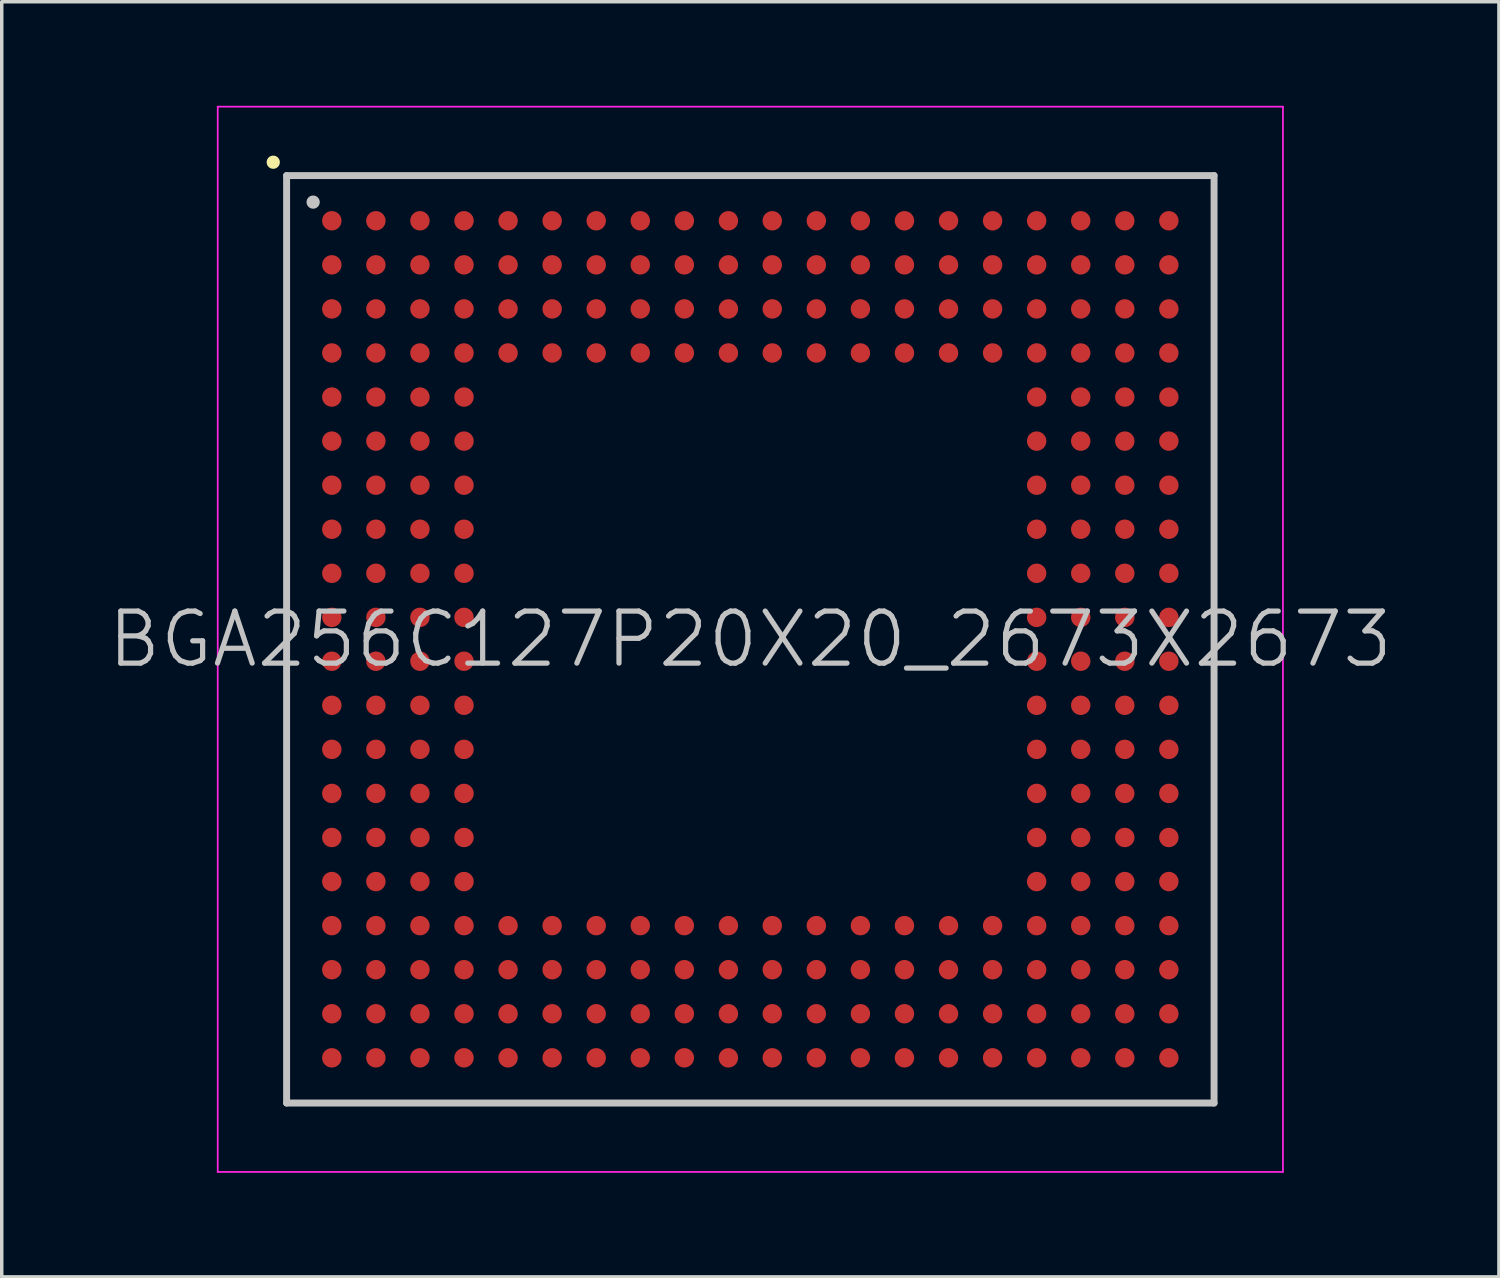
<source format=kicad_pcb>
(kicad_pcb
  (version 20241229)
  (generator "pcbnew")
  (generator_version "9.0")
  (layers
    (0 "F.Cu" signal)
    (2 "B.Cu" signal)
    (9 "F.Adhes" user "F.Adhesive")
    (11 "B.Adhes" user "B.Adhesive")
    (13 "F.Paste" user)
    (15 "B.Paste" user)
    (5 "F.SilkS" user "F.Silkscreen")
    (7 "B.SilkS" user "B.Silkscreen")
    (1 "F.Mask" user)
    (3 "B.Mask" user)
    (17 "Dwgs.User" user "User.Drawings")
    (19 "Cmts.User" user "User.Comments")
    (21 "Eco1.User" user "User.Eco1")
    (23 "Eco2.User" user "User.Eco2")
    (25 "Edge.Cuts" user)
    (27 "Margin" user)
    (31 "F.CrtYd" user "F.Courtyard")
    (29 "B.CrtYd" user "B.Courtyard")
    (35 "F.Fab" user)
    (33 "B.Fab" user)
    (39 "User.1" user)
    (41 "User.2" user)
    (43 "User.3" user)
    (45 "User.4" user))
  (footprint "BGA256C127P20X20_2673X2673"
    (layer "F.Cu")
    (at 18.575 15.375)
    (property "Reference" "BGA256C127P20X20_2673X2673" (at 0 0 0) (layer "Dwgs.User") (effects (font (size 1.5 1.5) (thickness 0.15))))
    (attr smd)
    (fp_line (start -13.75 -13.75) (end -13.75 -13.75) (stroke (width 0.381) (type solid)) (layer "F.SilkS"))
    (fp_line (start -13.365 -13.365) (end -13.365 13.365) (stroke (width 0.2) (type solid)) (layer "Dwgs.User"))
    (fp_line (start -13.365 -13.365) (end 13.365 -13.365) (stroke (width 0.2) (type solid)) (layer "Dwgs.User"))
    (fp_line (start -13.365 13.365) (end 13.365 13.365) (stroke (width 0.2) (type solid)) (layer "Dwgs.User"))
    (fp_line (start -12.6 -12.6) (end -12.6 -12.6) (stroke (width 0.381) (type solid)) (layer "Dwgs.User"))
    (fp_line (start 13.365 -13.365) (end 13.365 13.365) (stroke (width 0.2) (type solid)) (layer "Dwgs.User"))
    (fp_line (start -15.35 -15.35) (end -15.35 15.35) (stroke (width 0.05) (type solid)) (layer "F.CrtYd"))
    (fp_line (start -15.35 -15.35) (end 15.35 -15.35) (stroke (width 0.05) (type solid)) (layer "F.CrtYd"))
    (fp_line (start -15.35 15.35) (end 15.35 15.35) (stroke (width 0.05) (type solid)) (layer "F.CrtYd"))
    (fp_line (start 15.35 -15.35) (end 15.35 15.35) (stroke (width 0.05) (type solid)) (layer "F.CrtYd"))
    (pad "A1" smd circle (at -12.062 -12.062 270) (size 0.56 0.56) (layers "F.Cu" "F.Mask" "F.Paste"))
    (pad "A2" smd circle (at -10.792 -12.062 270) (size 0.56 0.56) (layers "F.Cu" "F.Mask" "F.Paste"))
    (pad "A3" smd circle (at -9.522 -12.062 270) (size 0.56 0.56) (layers "F.Cu" "F.Mask" "F.Paste"))
    (pad "A4" smd circle (at -8.252 -12.062 270) (size 0.56 0.56) (layers "F.Cu" "F.Mask" "F.Paste"))
    (pad "A5" smd circle (at -6.982 -12.062 270) (size 0.56 0.56) (layers "F.Cu" "F.Mask" "F.Paste"))
    (pad "A6" smd circle (at -5.712 -12.062 270) (size 0.56 0.56) (layers "F.Cu" "F.Mask" "F.Paste"))
    (pad "A7" smd circle (at -4.442 -12.062 270) (size 0.56 0.56) (layers "F.Cu" "F.Mask" "F.Paste"))
    (pad "A8" smd circle (at -3.172 -12.062 270) (size 0.56 0.56) (layers "F.Cu" "F.Mask" "F.Paste"))
    (pad "A9" smd circle (at -1.902 -12.062 270) (size 0.56 0.56) (layers "F.Cu" "F.Mask" "F.Paste"))
    (pad "A10" smd circle (at -0.632 -12.062 270) (size 0.56 0.56) (layers "F.Cu" "F.Mask" "F.Paste"))
    (pad "A11" smd circle (at 0.632 -12.062 270) (size 0.56 0.56) (layers "F.Cu" "F.Mask" "F.Paste"))
    (pad "A12" smd circle (at 1.902 -12.062 270) (size 0.56 0.56) (layers "F.Cu" "F.Mask" "F.Paste"))
    (pad "A13" smd circle (at 3.172 -12.062 270) (size 0.56 0.56) (layers "F.Cu" "F.Mask" "F.Paste"))
    (pad "A14" smd circle (at 4.442 -12.062 270) (size 0.56 0.56) (layers "F.Cu" "F.Mask" "F.Paste"))
    (pad "A15" smd circle (at 5.712 -12.062 270) (size 0.56 0.56) (layers "F.Cu" "F.Mask" "F.Paste"))
    (pad "A16" smd circle (at 6.982 -12.062 270) (size 0.56 0.56) (layers "F.Cu" "F.Mask" "F.Paste"))
    (pad "A17" smd circle (at 8.252 -12.062 270) (size 0.56 0.56) (layers "F.Cu" "F.Mask" "F.Paste"))
    (pad "A18" smd circle (at 9.522 -12.062 270) (size 0.56 0.56) (layers "F.Cu" "F.Mask" "F.Paste"))
    (pad "A19" smd circle (at 10.792 -12.062 270) (size 0.56 0.56) (layers "F.Cu" "F.Mask" "F.Paste"))
    (pad "A20" smd circle (at 12.062 -12.062 270) (size 0.56 0.56) (layers "F.Cu" "F.Mask" "F.Paste"))
    (pad "B1" smd circle (at -12.062 -10.792 270) (size 0.56 0.56) (layers "F.Cu" "F.Mask" "F.Paste"))
    (pad "B2" smd circle (at -10.792 -10.792 270) (size 0.56 0.56) (layers "F.Cu" "F.Mask" "F.Paste"))
    (pad "B3" smd circle (at -9.522 -10.792 270) (size 0.56 0.56) (layers "F.Cu" "F.Mask" "F.Paste"))
    (pad "B4" smd circle (at -8.252 -10.792 270) (size 0.56 0.56) (layers "F.Cu" "F.Mask" "F.Paste"))
    (pad "B5" smd circle (at -6.982 -10.792 270) (size 0.56 0.56) (layers "F.Cu" "F.Mask" "F.Paste"))
    (pad "B6" smd circle (at -5.712 -10.792 270) (size 0.56 0.56) (layers "F.Cu" "F.Mask" "F.Paste"))
    (pad "B7" smd circle (at -4.442 -10.792 270) (size 0.56 0.56) (layers "F.Cu" "F.Mask" "F.Paste"))
    (pad "B8" smd circle (at -3.172 -10.792 270) (size 0.56 0.56) (layers "F.Cu" "F.Mask" "F.Paste"))
    (pad "B9" smd circle (at -1.902 -10.792 270) (size 0.56 0.56) (layers "F.Cu" "F.Mask" "F.Paste"))
    (pad "B10" smd circle (at -0.632 -10.792 270) (size 0.56 0.56) (layers "F.Cu" "F.Mask" "F.Paste"))
    (pad "B11" smd circle (at 0.632 -10.792 270) (size 0.56 0.56) (layers "F.Cu" "F.Mask" "F.Paste"))
    (pad "B12" smd circle (at 1.902 -10.792 270) (size 0.56 0.56) (layers "F.Cu" "F.Mask" "F.Paste"))
    (pad "B13" smd circle (at 3.172 -10.792 270) (size 0.56 0.56) (layers "F.Cu" "F.Mask" "F.Paste"))
    (pad "B14" smd circle (at 4.442 -10.792 270) (size 0.56 0.56) (layers "F.Cu" "F.Mask" "F.Paste"))
    (pad "B15" smd circle (at 5.712 -10.792 270) (size 0.56 0.56) (layers "F.Cu" "F.Mask" "F.Paste"))
    (pad "B16" smd circle (at 6.982 -10.792 270) (size 0.56 0.56) (layers "F.Cu" "F.Mask" "F.Paste"))
    (pad "B17" smd circle (at 8.252 -10.792 270) (size 0.56 0.56) (layers "F.Cu" "F.Mask" "F.Paste"))
    (pad "B18" smd circle (at 9.522 -10.792 270) (size 0.56 0.56) (layers "F.Cu" "F.Mask" "F.Paste"))
    (pad "B19" smd circle (at 10.792 -10.792 270) (size 0.56 0.56) (layers "F.Cu" "F.Mask" "F.Paste"))
    (pad "B20" smd circle (at 12.062 -10.792 270) (size 0.56 0.56) (layers "F.Cu" "F.Mask" "F.Paste"))
    (pad "C1" smd circle (at -12.062 -9.522 270) (size 0.56 0.56) (layers "F.Cu" "F.Mask" "F.Paste"))
    (pad "C2" smd circle (at -10.792 -9.522 270) (size 0.56 0.56) (layers "F.Cu" "F.Mask" "F.Paste"))
    (pad "C3" smd circle (at -9.522 -9.522 270) (size 0.56 0.56) (layers "F.Cu" "F.Mask" "F.Paste"))
    (pad "C4" smd circle (at -8.252 -9.522 270) (size 0.56 0.56) (layers "F.Cu" "F.Mask" "F.Paste"))
    (pad "C5" smd circle (at -6.982 -9.522 270) (size 0.56 0.56) (layers "F.Cu" "F.Mask" "F.Paste"))
    (pad "C6" smd circle (at -5.712 -9.522 270) (size 0.56 0.56) (layers "F.Cu" "F.Mask" "F.Paste"))
    (pad "C7" smd circle (at -4.442 -9.522 270) (size 0.56 0.56) (layers "F.Cu" "F.Mask" "F.Paste"))
    (pad "C8" smd circle (at -3.172 -9.522 270) (size 0.56 0.56) (layers "F.Cu" "F.Mask" "F.Paste"))
    (pad "C9" smd circle (at -1.902 -9.522 270) (size 0.56 0.56) (layers "F.Cu" "F.Mask" "F.Paste"))
    (pad "C10" smd circle (at -0.632 -9.522 270) (size 0.56 0.56) (layers "F.Cu" "F.Mask" "F.Paste"))
    (pad "C11" smd circle (at 0.632 -9.522 270) (size 0.56 0.56) (layers "F.Cu" "F.Mask" "F.Paste"))
    (pad "C12" smd circle (at 1.902 -9.522 270) (size 0.56 0.56) (layers "F.Cu" "F.Mask" "F.Paste"))
    (pad "C13" smd circle (at 3.172 -9.522 270) (size 0.56 0.56) (layers "F.Cu" "F.Mask" "F.Paste"))
    (pad "C14" smd circle (at 4.442 -9.522 270) (size 0.56 0.56) (layers "F.Cu" "F.Mask" "F.Paste"))
    (pad "C15" smd circle (at 5.712 -9.522 270) (size 0.56 0.56) (layers "F.Cu" "F.Mask" "F.Paste"))
    (pad "C16" smd circle (at 6.982 -9.522 270) (size 0.56 0.56) (layers "F.Cu" "F.Mask" "F.Paste"))
    (pad "C17" smd circle (at 8.252 -9.522 270) (size 0.56 0.56) (layers "F.Cu" "F.Mask" "F.Paste"))
    (pad "C18" smd circle (at 9.522 -9.522 270) (size 0.56 0.56) (layers "F.Cu" "F.Mask" "F.Paste"))
    (pad "C19" smd circle (at 10.792 -9.522 270) (size 0.56 0.56) (layers "F.Cu" "F.Mask" "F.Paste"))
    (pad "C20" smd circle (at 12.062 -9.522 270) (size 0.56 0.56) (layers "F.Cu" "F.Mask" "F.Paste"))
    (pad "D1" smd circle (at -12.062 -8.252 270) (size 0.56 0.56) (layers "F.Cu" "F.Mask" "F.Paste"))
    (pad "D2" smd circle (at -10.792 -8.252 270) (size 0.56 0.56) (layers "F.Cu" "F.Mask" "F.Paste"))
    (pad "D3" smd circle (at -9.522 -8.252 270) (size 0.56 0.56) (layers "F.Cu" "F.Mask" "F.Paste"))
    (pad "D4" smd circle (at -8.252 -8.252 270) (size 0.56 0.56) (layers "F.Cu" "F.Mask" "F.Paste"))
    (pad "D5" smd circle (at -6.982 -8.252 270) (size 0.56 0.56) (layers "F.Cu" "F.Mask" "F.Paste"))
    (pad "D6" smd circle (at -5.712 -8.252 270) (size 0.56 0.56) (layers "F.Cu" "F.Mask" "F.Paste"))
    (pad "D7" smd circle (at -4.442 -8.252 270) (size 0.56 0.56) (layers "F.Cu" "F.Mask" "F.Paste"))
    (pad "D8" smd circle (at -3.172 -8.252 270) (size 0.56 0.56) (layers "F.Cu" "F.Mask" "F.Paste"))
    (pad "D9" smd circle (at -1.902 -8.252 270) (size 0.56 0.56) (layers "F.Cu" "F.Mask" "F.Paste"))
    (pad "D10" smd circle (at -0.632 -8.252 270) (size 0.56 0.56) (layers "F.Cu" "F.Mask" "F.Paste"))
    (pad "D11" smd circle (at 0.632 -8.252 270) (size 0.56 0.56) (layers "F.Cu" "F.Mask" "F.Paste"))
    (pad "D12" smd circle (at 1.902 -8.252 270) (size 0.56 0.56) (layers "F.Cu" "F.Mask" "F.Paste"))
    (pad "D13" smd circle (at 3.172 -8.252 270) (size 0.56 0.56) (layers "F.Cu" "F.Mask" "F.Paste"))
    (pad "D14" smd circle (at 4.442 -8.252 270) (size 0.56 0.56) (layers "F.Cu" "F.Mask" "F.Paste"))
    (pad "D15" smd circle (at 5.712 -8.252 270) (size 0.56 0.56) (layers "F.Cu" "F.Mask" "F.Paste"))
    (pad "D16" smd circle (at 6.982 -8.252 270) (size 0.56 0.56) (layers "F.Cu" "F.Mask" "F.Paste"))
    (pad "D17" smd circle (at 8.252 -8.252 270) (size 0.56 0.56) (layers "F.Cu" "F.Mask" "F.Paste"))
    (pad "D18" smd circle (at 9.522 -8.252 270) (size 0.56 0.56) (layers "F.Cu" "F.Mask" "F.Paste"))
    (pad "D19" smd circle (at 10.792 -8.252 270) (size 0.56 0.56) (layers "F.Cu" "F.Mask" "F.Paste"))
    (pad "D20" smd circle (at 12.062 -8.252 270) (size 0.56 0.56) (layers "F.Cu" "F.Mask" "F.Paste"))
    (pad "E1" smd circle (at -12.062 -6.982 270) (size 0.56 0.56) (layers "F.Cu" "F.Mask" "F.Paste"))
    (pad "E2" smd circle (at -10.792 -6.982 270) (size 0.56 0.56) (layers "F.Cu" "F.Mask" "F.Paste"))
    (pad "E3" smd circle (at -9.522 -6.982 270) (size 0.56 0.56) (layers "F.Cu" "F.Mask" "F.Paste"))
    (pad "E4" smd circle (at -8.252 -6.982 270) (size 0.56 0.56) (layers "F.Cu" "F.Mask" "F.Paste"))
    (pad "E17" smd circle (at 8.252 -6.982 270) (size 0.56 0.56) (layers "F.Cu" "F.Mask" "F.Paste"))
    (pad "E18" smd circle (at 9.522 -6.982 270) (size 0.56 0.56) (layers "F.Cu" "F.Mask" "F.Paste"))
    (pad "E19" smd circle (at 10.792 -6.982 270) (size 0.56 0.56) (layers "F.Cu" "F.Mask" "F.Paste"))
    (pad "E20" smd circle (at 12.062 -6.982 270) (size 0.56 0.56) (layers "F.Cu" "F.Mask" "F.Paste"))
    (pad "F1" smd circle (at -12.062 -5.712 270) (size 0.56 0.56) (layers "F.Cu" "F.Mask" "F.Paste"))
    (pad "F2" smd circle (at -10.792 -5.712 270) (size 0.56 0.56) (layers "F.Cu" "F.Mask" "F.Paste"))
    (pad "F3" smd circle (at -9.522 -5.712 270) (size 0.56 0.56) (layers "F.Cu" "F.Mask" "F.Paste"))
    (pad "F4" smd circle (at -8.252 -5.712 270) (size 0.56 0.56) (layers "F.Cu" "F.Mask" "F.Paste"))
    (pad "F17" smd circle (at 8.252 -5.712 270) (size 0.56 0.56) (layers "F.Cu" "F.Mask" "F.Paste"))
    (pad "F18" smd circle (at 9.522 -5.712 270) (size 0.56 0.56) (layers "F.Cu" "F.Mask" "F.Paste"))
    (pad "F19" smd circle (at 10.792 -5.712 270) (size 0.56 0.56) (layers "F.Cu" "F.Mask" "F.Paste"))
    (pad "F20" smd circle (at 12.062 -5.712 270) (size 0.56 0.56) (layers "F.Cu" "F.Mask" "F.Paste"))
    (pad "G1" smd circle (at -12.062 -4.442 270) (size 0.56 0.56) (layers "F.Cu" "F.Mask" "F.Paste"))
    (pad "G2" smd circle (at -10.792 -4.442 270) (size 0.56 0.56) (layers "F.Cu" "F.Mask" "F.Paste"))
    (pad "G3" smd circle (at -9.522 -4.442 270) (size 0.56 0.56) (layers "F.Cu" "F.Mask" "F.Paste"))
    (pad "G4" smd circle (at -8.252 -4.442 270) (size 0.56 0.56) (layers "F.Cu" "F.Mask" "F.Paste"))
    (pad "G17" smd circle (at 8.252 -4.442 270) (size 0.56 0.56) (layers "F.Cu" "F.Mask" "F.Paste"))
    (pad "G18" smd circle (at 9.522 -4.442 270) (size 0.56 0.56) (layers "F.Cu" "F.Mask" "F.Paste"))
    (pad "G19" smd circle (at 10.792 -4.442 270) (size 0.56 0.56) (layers "F.Cu" "F.Mask" "F.Paste"))
    (pad "G20" smd circle (at 12.062 -4.442 270) (size 0.56 0.56) (layers "F.Cu" "F.Mask" "F.Paste"))
    (pad "H1" smd circle (at -12.062 -3.172 270) (size 0.56 0.56) (layers "F.Cu" "F.Mask" "F.Paste"))
    (pad "H2" smd circle (at -10.792 -3.172 270) (size 0.56 0.56) (layers "F.Cu" "F.Mask" "F.Paste"))
    (pad "H3" smd circle (at -9.522 -3.172 270) (size 0.56 0.56) (layers "F.Cu" "F.Mask" "F.Paste"))
    (pad "H4" smd circle (at -8.252 -3.172 270) (size 0.56 0.56) (layers "F.Cu" "F.Mask" "F.Paste"))
    (pad "H17" smd circle (at 8.252 -3.172 270) (size 0.56 0.56) (layers "F.Cu" "F.Mask" "F.Paste"))
    (pad "H18" smd circle (at 9.522 -3.172 270) (size 0.56 0.56) (layers "F.Cu" "F.Mask" "F.Paste"))
    (pad "H19" smd circle (at 10.792 -3.172 270) (size 0.56 0.56) (layers "F.Cu" "F.Mask" "F.Paste"))
    (pad "H20" smd circle (at 12.062 -3.172 270) (size 0.56 0.56) (layers "F.Cu" "F.Mask" "F.Paste"))
    (pad "J1" smd circle (at -12.062 -1.902 270) (size 0.56 0.56) (layers "F.Cu" "F.Mask" "F.Paste"))
    (pad "J2" smd circle (at -10.792 -1.902 270) (size 0.56 0.56) (layers "F.Cu" "F.Mask" "F.Paste"))
    (pad "J3" smd circle (at -9.522 -1.902 270) (size 0.56 0.56) (layers "F.Cu" "F.Mask" "F.Paste"))
    (pad "J4" smd circle (at -8.252 -1.902 270) (size 0.56 0.56) (layers "F.Cu" "F.Mask" "F.Paste"))
    (pad "J17" smd circle (at 8.252 -1.902 270) (size 0.56 0.56) (layers "F.Cu" "F.Mask" "F.Paste"))
    (pad "J18" smd circle (at 9.522 -1.902 270) (size 0.56 0.56) (layers "F.Cu" "F.Mask" "F.Paste"))
    (pad "J19" smd circle (at 10.792 -1.902 270) (size 0.56 0.56) (layers "F.Cu" "F.Mask" "F.Paste"))
    (pad "J20" smd circle (at 12.062 -1.902 270) (size 0.56 0.56) (layers "F.Cu" "F.Mask" "F.Paste"))
    (pad "K1" smd circle (at -12.062 -0.632 270) (size 0.56 0.56) (layers "F.Cu" "F.Mask" "F.Paste"))
    (pad "K2" smd circle (at -10.792 -0.632 270) (size 0.56 0.56) (layers "F.Cu" "F.Mask" "F.Paste"))
    (pad "K3" smd circle (at -9.522 -0.632 270) (size 0.56 0.56) (layers "F.Cu" "F.Mask" "F.Paste"))
    (pad "K4" smd circle (at -8.252 -0.632 270) (size 0.56 0.56) (layers "F.Cu" "F.Mask" "F.Paste"))
    (pad "K17" smd circle (at 8.252 -0.632 270) (size 0.56 0.56) (layers "F.Cu" "F.Mask" "F.Paste"))
    (pad "K18" smd circle (at 9.522 -0.632 270) (size 0.56 0.56) (layers "F.Cu" "F.Mask" "F.Paste"))
    (pad "K19" smd circle (at 10.792 -0.632 270) (size 0.56 0.56) (layers "F.Cu" "F.Mask" "F.Paste"))
    (pad "K20" smd circle (at 12.062 -0.632 270) (size 0.56 0.56) (layers "F.Cu" "F.Mask" "F.Paste"))
    (pad "L1" smd circle (at -12.062 0.632 270) (size 0.56 0.56) (layers "F.Cu" "F.Mask" "F.Paste"))
    (pad "L2" smd circle (at -10.792 0.632 270) (size 0.56 0.56) (layers "F.Cu" "F.Mask" "F.Paste"))
    (pad "L3" smd circle (at -9.522 0.632 270) (size 0.56 0.56) (layers "F.Cu" "F.Mask" "F.Paste"))
    (pad "L4" smd circle (at -8.252 0.632 270) (size 0.56 0.56) (layers "F.Cu" "F.Mask" "F.Paste"))
    (pad "L17" smd circle (at 8.252 0.632 270) (size 0.56 0.56) (layers "F.Cu" "F.Mask" "F.Paste"))
    (pad "L18" smd circle (at 9.522 0.632 270) (size 0.56 0.56) (layers "F.Cu" "F.Mask" "F.Paste"))
    (pad "L19" smd circle (at 10.792 0.632 270) (size 0.56 0.56) (layers "F.Cu" "F.Mask" "F.Paste"))
    (pad "L20" smd circle (at 12.062 0.632 270) (size 0.56 0.56) (layers "F.Cu" "F.Mask" "F.Paste"))
    (pad "M1" smd circle (at -12.062 1.902 270) (size 0.56 0.56) (layers "F.Cu" "F.Mask" "F.Paste"))
    (pad "M2" smd circle (at -10.792 1.902 270) (size 0.56 0.56) (layers "F.Cu" "F.Mask" "F.Paste"))
    (pad "M3" smd circle (at -9.522 1.902 270) (size 0.56 0.56) (layers "F.Cu" "F.Mask" "F.Paste"))
    (pad "M4" smd circle (at -8.252 1.902 270) (size 0.56 0.56) (layers "F.Cu" "F.Mask" "F.Paste"))
    (pad "M17" smd circle (at 8.252 1.902 270) (size 0.56 0.56) (layers "F.Cu" "F.Mask" "F.Paste"))
    (pad "M18" smd circle (at 9.522 1.902 270) (size 0.56 0.56) (layers "F.Cu" "F.Mask" "F.Paste"))
    (pad "M19" smd circle (at 10.792 1.902 270) (size 0.56 0.56) (layers "F.Cu" "F.Mask" "F.Paste"))
    (pad "M20" smd circle (at 12.062 1.902 270) (size 0.56 0.56) (layers "F.Cu" "F.Mask" "F.Paste"))
    (pad "N1" smd circle (at -12.062 3.172 270) (size 0.56 0.56) (layers "F.Cu" "F.Mask" "F.Paste"))
    (pad "N2" smd circle (at -10.792 3.172 270) (size 0.56 0.56) (layers "F.Cu" "F.Mask" "F.Paste"))
    (pad "N3" smd circle (at -9.522 3.172 270) (size 0.56 0.56) (layers "F.Cu" "F.Mask" "F.Paste"))
    (pad "N4" smd circle (at -8.252 3.172 270) (size 0.56 0.56) (layers "F.Cu" "F.Mask" "F.Paste"))
    (pad "N17" smd circle (at 8.252 3.172 270) (size 0.56 0.56) (layers "F.Cu" "F.Mask" "F.Paste"))
    (pad "N18" smd circle (at 9.522 3.172 270) (size 0.56 0.56) (layers "F.Cu" "F.Mask" "F.Paste"))
    (pad "N19" smd circle (at 10.792 3.172 270) (size 0.56 0.56) (layers "F.Cu" "F.Mask" "F.Paste"))
    (pad "N20" smd circle (at 12.062 3.172 270) (size 0.56 0.56) (layers "F.Cu" "F.Mask" "F.Paste"))
    (pad "P1" smd circle (at -12.062 4.442 270) (size 0.56 0.56) (layers "F.Cu" "F.Mask" "F.Paste"))
    (pad "P2" smd circle (at -10.792 4.442 270) (size 0.56 0.56) (layers "F.Cu" "F.Mask" "F.Paste"))
    (pad "P3" smd circle (at -9.522 4.442 270) (size 0.56 0.56) (layers "F.Cu" "F.Mask" "F.Paste"))
    (pad "P4" smd circle (at -8.252 4.442 270) (size 0.56 0.56) (layers "F.Cu" "F.Mask" "F.Paste"))
    (pad "P17" smd circle (at 8.252 4.442 270) (size 0.56 0.56) (layers "F.Cu" "F.Mask" "F.Paste"))
    (pad "P18" smd circle (at 9.522 4.442 270) (size 0.56 0.56) (layers "F.Cu" "F.Mask" "F.Paste"))
    (pad "P19" smd circle (at 10.792 4.442 270) (size 0.56 0.56) (layers "F.Cu" "F.Mask" "F.Paste"))
    (pad "P20" smd circle (at 12.062 4.442 270) (size 0.56 0.56) (layers "F.Cu" "F.Mask" "F.Paste"))
    (pad "R1" smd circle (at -12.062 5.712 270) (size 0.56 0.56) (layers "F.Cu" "F.Mask" "F.Paste"))
    (pad "R2" smd circle (at -10.792 5.712 270) (size 0.56 0.56) (layers "F.Cu" "F.Mask" "F.Paste"))
    (pad "R3" smd circle (at -9.522 5.712 270) (size 0.56 0.56) (layers "F.Cu" "F.Mask" "F.Paste"))
    (pad "R4" smd circle (at -8.252 5.712 270) (size 0.56 0.56) (layers "F.Cu" "F.Mask" "F.Paste"))
    (pad "R17" smd circle (at 8.252 5.712 270) (size 0.56 0.56) (layers "F.Cu" "F.Mask" "F.Paste"))
    (pad "R18" smd circle (at 9.522 5.712 270) (size 0.56 0.56) (layers "F.Cu" "F.Mask" "F.Paste"))
    (pad "R19" smd circle (at 10.792 5.712 270) (size 0.56 0.56) (layers "F.Cu" "F.Mask" "F.Paste"))
    (pad "R20" smd circle (at 12.062 5.712 270) (size 0.56 0.56) (layers "F.Cu" "F.Mask" "F.Paste"))
    (pad "T1" smd circle (at -12.062 6.982 270) (size 0.56 0.56) (layers "F.Cu" "F.Mask" "F.Paste"))
    (pad "T2" smd circle (at -10.792 6.982 270) (size 0.56 0.56) (layers "F.Cu" "F.Mask" "F.Paste"))
    (pad "T3" smd circle (at -9.522 6.982 270) (size 0.56 0.56) (layers "F.Cu" "F.Mask" "F.Paste"))
    (pad "T4" smd circle (at -8.252 6.982 270) (size 0.56 0.56) (layers "F.Cu" "F.Mask" "F.Paste"))
    (pad "T17" smd circle (at 8.252 6.982 270) (size 0.56 0.56) (layers "F.Cu" "F.Mask" "F.Paste"))
    (pad "T18" smd circle (at 9.522 6.982 270) (size 0.56 0.56) (layers "F.Cu" "F.Mask" "F.Paste"))
    (pad "T19" smd circle (at 10.792 6.982 270) (size 0.56 0.56) (layers "F.Cu" "F.Mask" "F.Paste"))
    (pad "T20" smd circle (at 12.062 6.982 270) (size 0.56 0.56) (layers "F.Cu" "F.Mask" "F.Paste"))
    (pad "U1" smd circle (at -12.062 8.252 270) (size 0.56 0.56) (layers "F.Cu" "F.Mask" "F.Paste"))
    (pad "U2" smd circle (at -10.792 8.252 270) (size 0.56 0.56) (layers "F.Cu" "F.Mask" "F.Paste"))
    (pad "U3" smd circle (at -9.522 8.252 270) (size 0.56 0.56) (layers "F.Cu" "F.Mask" "F.Paste"))
    (pad "U4" smd circle (at -8.252 8.252 270) (size 0.56 0.56) (layers "F.Cu" "F.Mask" "F.Paste"))
    (pad "U5" smd circle (at -6.982 8.252 270) (size 0.56 0.56) (layers "F.Cu" "F.Mask" "F.Paste"))
    (pad "U6" smd circle (at -5.712 8.252 270) (size 0.56 0.56) (layers "F.Cu" "F.Mask" "F.Paste"))
    (pad "U7" smd circle (at -4.442 8.252 270) (size 0.56 0.56) (layers "F.Cu" "F.Mask" "F.Paste"))
    (pad "U8" smd circle (at -3.172 8.252 270) (size 0.56 0.56) (layers "F.Cu" "F.Mask" "F.Paste"))
    (pad "U9" smd circle (at -1.902 8.252 270) (size 0.56 0.56) (layers "F.Cu" "F.Mask" "F.Paste"))
    (pad "U10" smd circle (at -0.632 8.252 270) (size 0.56 0.56) (layers "F.Cu" "F.Mask" "F.Paste"))
    (pad "U11" smd circle (at 0.632 8.252 270) (size 0.56 0.56) (layers "F.Cu" "F.Mask" "F.Paste"))
    (pad "U12" smd circle (at 1.902 8.252 270) (size 0.56 0.56) (layers "F.Cu" "F.Mask" "F.Paste"))
    (pad "U13" smd circle (at 3.172 8.252 270) (size 0.56 0.56) (layers "F.Cu" "F.Mask" "F.Paste"))
    (pad "U14" smd circle (at 4.442 8.252 270) (size 0.56 0.56) (layers "F.Cu" "F.Mask" "F.Paste"))
    (pad "U15" smd circle (at 5.712 8.252 270) (size 0.56 0.56) (layers "F.Cu" "F.Mask" "F.Paste"))
    (pad "U16" smd circle (at 6.982 8.252 270) (size 0.56 0.56) (layers "F.Cu" "F.Mask" "F.Paste"))
    (pad "U17" smd circle (at 8.252 8.252 270) (size 0.56 0.56) (layers "F.Cu" "F.Mask" "F.Paste"))
    (pad "U18" smd circle (at 9.522 8.252 270) (size 0.56 0.56) (layers "F.Cu" "F.Mask" "F.Paste"))
    (pad "U19" smd circle (at 10.792 8.252 270) (size 0.56 0.56) (layers "F.Cu" "F.Mask" "F.Paste"))
    (pad "U20" smd circle (at 12.062 8.252 270) (size 0.56 0.56) (layers "F.Cu" "F.Mask" "F.Paste"))
    (pad "V1" smd circle (at -12.062 9.522 270) (size 0.56 0.56) (layers "F.Cu" "F.Mask" "F.Paste"))
    (pad "V2" smd circle (at -10.792 9.522 270) (size 0.56 0.56) (layers "F.Cu" "F.Mask" "F.Paste"))
    (pad "V3" smd circle (at -9.522 9.522 270) (size 0.56 0.56) (layers "F.Cu" "F.Mask" "F.Paste"))
    (pad "V4" smd circle (at -8.252 9.522 270) (size 0.56 0.56) (layers "F.Cu" "F.Mask" "F.Paste"))
    (pad "V5" smd circle (at -6.982 9.522 270) (size 0.56 0.56) (layers "F.Cu" "F.Mask" "F.Paste"))
    (pad "V6" smd circle (at -5.712 9.522 270) (size 0.56 0.56) (layers "F.Cu" "F.Mask" "F.Paste"))
    (pad "V7" smd circle (at -4.442 9.522 270) (size 0.56 0.56) (layers "F.Cu" "F.Mask" "F.Paste"))
    (pad "V8" smd circle (at -3.172 9.522 270) (size 0.56 0.56) (layers "F.Cu" "F.Mask" "F.Paste"))
    (pad "V9" smd circle (at -1.902 9.522 270) (size 0.56 0.56) (layers "F.Cu" "F.Mask" "F.Paste"))
    (pad "V10" smd circle (at -0.632 9.522 270) (size 0.56 0.56) (layers "F.Cu" "F.Mask" "F.Paste"))
    (pad "V11" smd circle (at 0.632 9.522 270) (size 0.56 0.56) (layers "F.Cu" "F.Mask" "F.Paste"))
    (pad "V12" smd circle (at 1.902 9.522 270) (size 0.56 0.56) (layers "F.Cu" "F.Mask" "F.Paste"))
    (pad "V13" smd circle (at 3.172 9.522 270) (size 0.56 0.56) (layers "F.Cu" "F.Mask" "F.Paste"))
    (pad "V14" smd circle (at 4.442 9.522 270) (size 0.56 0.56) (layers "F.Cu" "F.Mask" "F.Paste"))
    (pad "V15" smd circle (at 5.712 9.522 270) (size 0.56 0.56) (layers "F.Cu" "F.Mask" "F.Paste"))
    (pad "V16" smd circle (at 6.982 9.522 270) (size 0.56 0.56) (layers "F.Cu" "F.Mask" "F.Paste"))
    (pad "V17" smd circle (at 8.252 9.522 270) (size 0.56 0.56) (layers "F.Cu" "F.Mask" "F.Paste"))
    (pad "V18" smd circle (at 9.522 9.522 270) (size 0.56 0.56) (layers "F.Cu" "F.Mask" "F.Paste"))
    (pad "V19" smd circle (at 10.792 9.522 270) (size 0.56 0.56) (layers "F.Cu" "F.Mask" "F.Paste"))
    (pad "V20" smd circle (at 12.062 9.522 270) (size 0.56 0.56) (layers "F.Cu" "F.Mask" "F.Paste"))
    (pad "W1" smd circle (at -12.062 10.792 270) (size 0.56 0.56) (layers "F.Cu" "F.Mask" "F.Paste"))
    (pad "W2" smd circle (at -10.792 10.792 270) (size 0.56 0.56) (layers "F.Cu" "F.Mask" "F.Paste"))
    (pad "W3" smd circle (at -9.522 10.792 270) (size 0.56 0.56) (layers "F.Cu" "F.Mask" "F.Paste"))
    (pad "W4" smd circle (at -8.252 10.792 270) (size 0.56 0.56) (layers "F.Cu" "F.Mask" "F.Paste"))
    (pad "W5" smd circle (at -6.982 10.792 270) (size 0.56 0.56) (layers "F.Cu" "F.Mask" "F.Paste"))
    (pad "W6" smd circle (at -5.712 10.792 270) (size 0.56 0.56) (layers "F.Cu" "F.Mask" "F.Paste"))
    (pad "W7" smd circle (at -4.442 10.792 270) (size 0.56 0.56) (layers "F.Cu" "F.Mask" "F.Paste"))
    (pad "W8" smd circle (at -3.172 10.792 270) (size 0.56 0.56) (layers "F.Cu" "F.Mask" "F.Paste"))
    (pad "W9" smd circle (at -1.902 10.792 270) (size 0.56 0.56) (layers "F.Cu" "F.Mask" "F.Paste"))
    (pad "W10" smd circle (at -0.632 10.792 270) (size 0.56 0.56) (layers "F.Cu" "F.Mask" "F.Paste"))
    (pad "W11" smd circle (at 0.632 10.792 270) (size 0.56 0.56) (layers "F.Cu" "F.Mask" "F.Paste"))
    (pad "W12" smd circle (at 1.902 10.792 270) (size 0.56 0.56) (layers "F.Cu" "F.Mask" "F.Paste"))
    (pad "W13" smd circle (at 3.172 10.792 270) (size 0.56 0.56) (layers "F.Cu" "F.Mask" "F.Paste"))
    (pad "W14" smd circle (at 4.442 10.792 270) (size 0.56 0.56) (layers "F.Cu" "F.Mask" "F.Paste"))
    (pad "W15" smd circle (at 5.712 10.792 270) (size 0.56 0.56) (layers "F.Cu" "F.Mask" "F.Paste"))
    (pad "W16" smd circle (at 6.982 10.792 270) (size 0.56 0.56) (layers "F.Cu" "F.Mask" "F.Paste"))
    (pad "W17" smd circle (at 8.252 10.792 270) (size 0.56 0.56) (layers "F.Cu" "F.Mask" "F.Paste"))
    (pad "W18" smd circle (at 9.522 10.792 270) (size 0.56 0.56) (layers "F.Cu" "F.Mask" "F.Paste"))
    (pad "W19" smd circle (at 10.792 10.792 270) (size 0.56 0.56) (layers "F.Cu" "F.Mask" "F.Paste"))
    (pad "W20" smd circle (at 12.062 10.792 270) (size 0.56 0.56) (layers "F.Cu" "F.Mask" "F.Paste"))
    (pad "Y1" smd circle (at -12.062 12.062 270) (size 0.56 0.56) (layers "F.Cu" "F.Mask" "F.Paste"))
    (pad "Y2" smd circle (at -10.792 12.062 270) (size 0.56 0.56) (layers "F.Cu" "F.Mask" "F.Paste"))
    (pad "Y3" smd circle (at -9.522 12.062 270) (size 0.56 0.56) (layers "F.Cu" "F.Mask" "F.Paste"))
    (pad "Y4" smd circle (at -8.252 12.062 270) (size 0.56 0.56) (layers "F.Cu" "F.Mask" "F.Paste"))
    (pad "Y5" smd circle (at -6.982 12.062 270) (size 0.56 0.56) (layers "F.Cu" "F.Mask" "F.Paste"))
    (pad "Y6" smd circle (at -5.712 12.062 270) (size 0.56 0.56) (layers "F.Cu" "F.Mask" "F.Paste"))
    (pad "Y7" smd circle (at -4.442 12.062 270) (size 0.56 0.56) (layers "F.Cu" "F.Mask" "F.Paste"))
    (pad "Y8" smd circle (at -3.172 12.062 270) (size 0.56 0.56) (layers "F.Cu" "F.Mask" "F.Paste"))
    (pad "Y9" smd circle (at -1.902 12.062 270) (size 0.56 0.56) (layers "F.Cu" "F.Mask" "F.Paste"))
    (pad "Y10" smd circle (at -0.632 12.062 270) (size 0.56 0.56) (layers "F.Cu" "F.Mask" "F.Paste"))
    (pad "Y11" smd circle (at 0.632 12.062 270) (size 0.56 0.56) (layers "F.Cu" "F.Mask" "F.Paste"))
    (pad "Y12" smd circle (at 1.902 12.062 270) (size 0.56 0.56) (layers "F.Cu" "F.Mask" "F.Paste"))
    (pad "Y13" smd circle (at 3.172 12.062 270) (size 0.56 0.56) (layers "F.Cu" "F.Mask" "F.Paste"))
    (pad "Y14" smd circle (at 4.442 12.062 270) (size 0.56 0.56) (layers "F.Cu" "F.Mask" "F.Paste"))
    (pad "Y15" smd circle (at 5.712 12.062 270) (size 0.56 0.56) (layers "F.Cu" "F.Mask" "F.Paste"))
    (pad "Y16" smd circle (at 6.982 12.062 270) (size 0.56 0.56) (layers "F.Cu" "F.Mask" "F.Paste"))
    (pad "Y17" smd circle (at 8.252 12.062 270) (size 0.56 0.56) (layers "F.Cu" "F.Mask" "F.Paste"))
    (pad "Y18" smd circle (at 9.522 12.062 270) (size 0.56 0.56) (layers "F.Cu" "F.Mask" "F.Paste"))
    (pad "Y19" smd circle (at 10.792 12.062 270) (size 0.56 0.56) (layers "F.Cu" "F.Mask" "F.Paste"))
    (pad "Y20" smd circle (at 12.062 12.062 270) (size 0.56 0.56) (layers "F.Cu" "F.Mask" "F.Paste")))
  (gr_rect
    (start -3 -3)
    (end 40.15 33.75)
    (stroke (width 0.1) (type default))
    (fill no)
    (layer "Edge.Cuts")))
</source>
